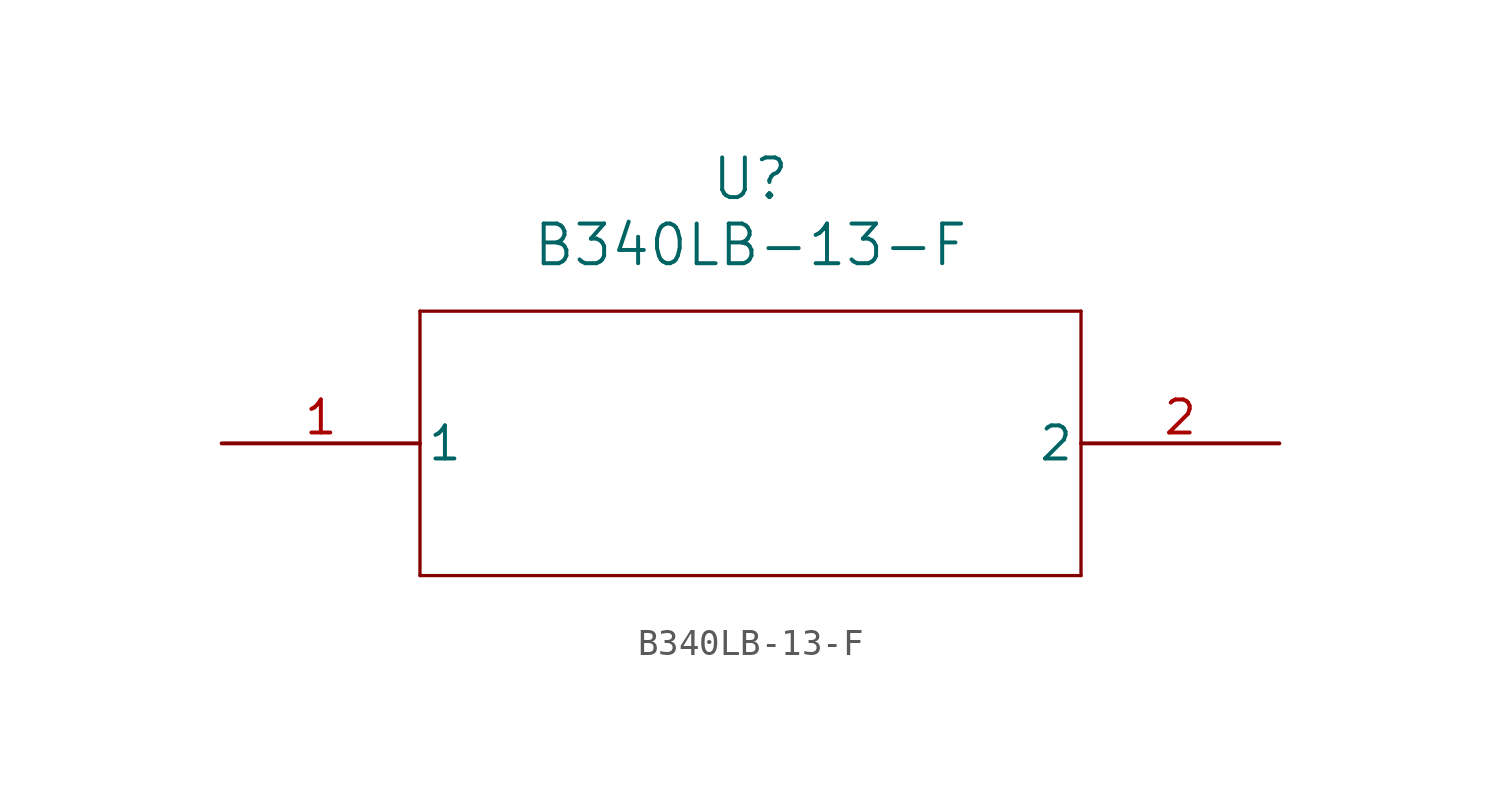
<source format=kicad_sym>
(kicad_symbol_lib
  (version 20211014)
  (generator kicad_symbol_editor)
  (symbol "B340LB-13-F"
    (pin_names
      (offset 0.254))
    (property "Reference" "U"
      (at 20.32 10.16 0)
      (effects (font (size 1.524 1.524))))
    (property "Value" "B340LB-13-F"
      (at 20.32 7.62 0)
      (effects (font (size 1.524 1.524))))
    (symbol "B340LB-13-F_0_1"
      (polyline (pts (xy 7.62 5.08) (xy 7.62 -5.08)) (stroke (width .127) (type default) (color 0 0 0 0)) (fill (type none)))
      (polyline (pts (xy 7.62 -5.08) (xy 33.02 -5.08)) (stroke (width .127) (type default) (color 0 0 0 0)) (fill (type none)))
      (polyline (pts (xy 33.02 -5.08) (xy 33.02 5.08)) (stroke (width .127) (type default) (color 0 0 0 0)) (fill (type none)))
      (polyline (pts (xy 33.02 5.08) (xy 7.62 5.08)) (stroke (width .127) (type default) (color 0 0 0 0)) (fill (type none)))
      (pin unspecified line (at 0 0 0) (length 7.62) (name "1" (effects (font (size 1.27 1.27)))) (number "1" (effects (font (size 1.27 1.27)))))
      (pin unspecified line (at 40.64 0 180) (length 7.62) (name "2" (effects (font (size 1.27 1.27)))) (number "2" (effects (font (size 1.27 1.27))))))))
</source>
